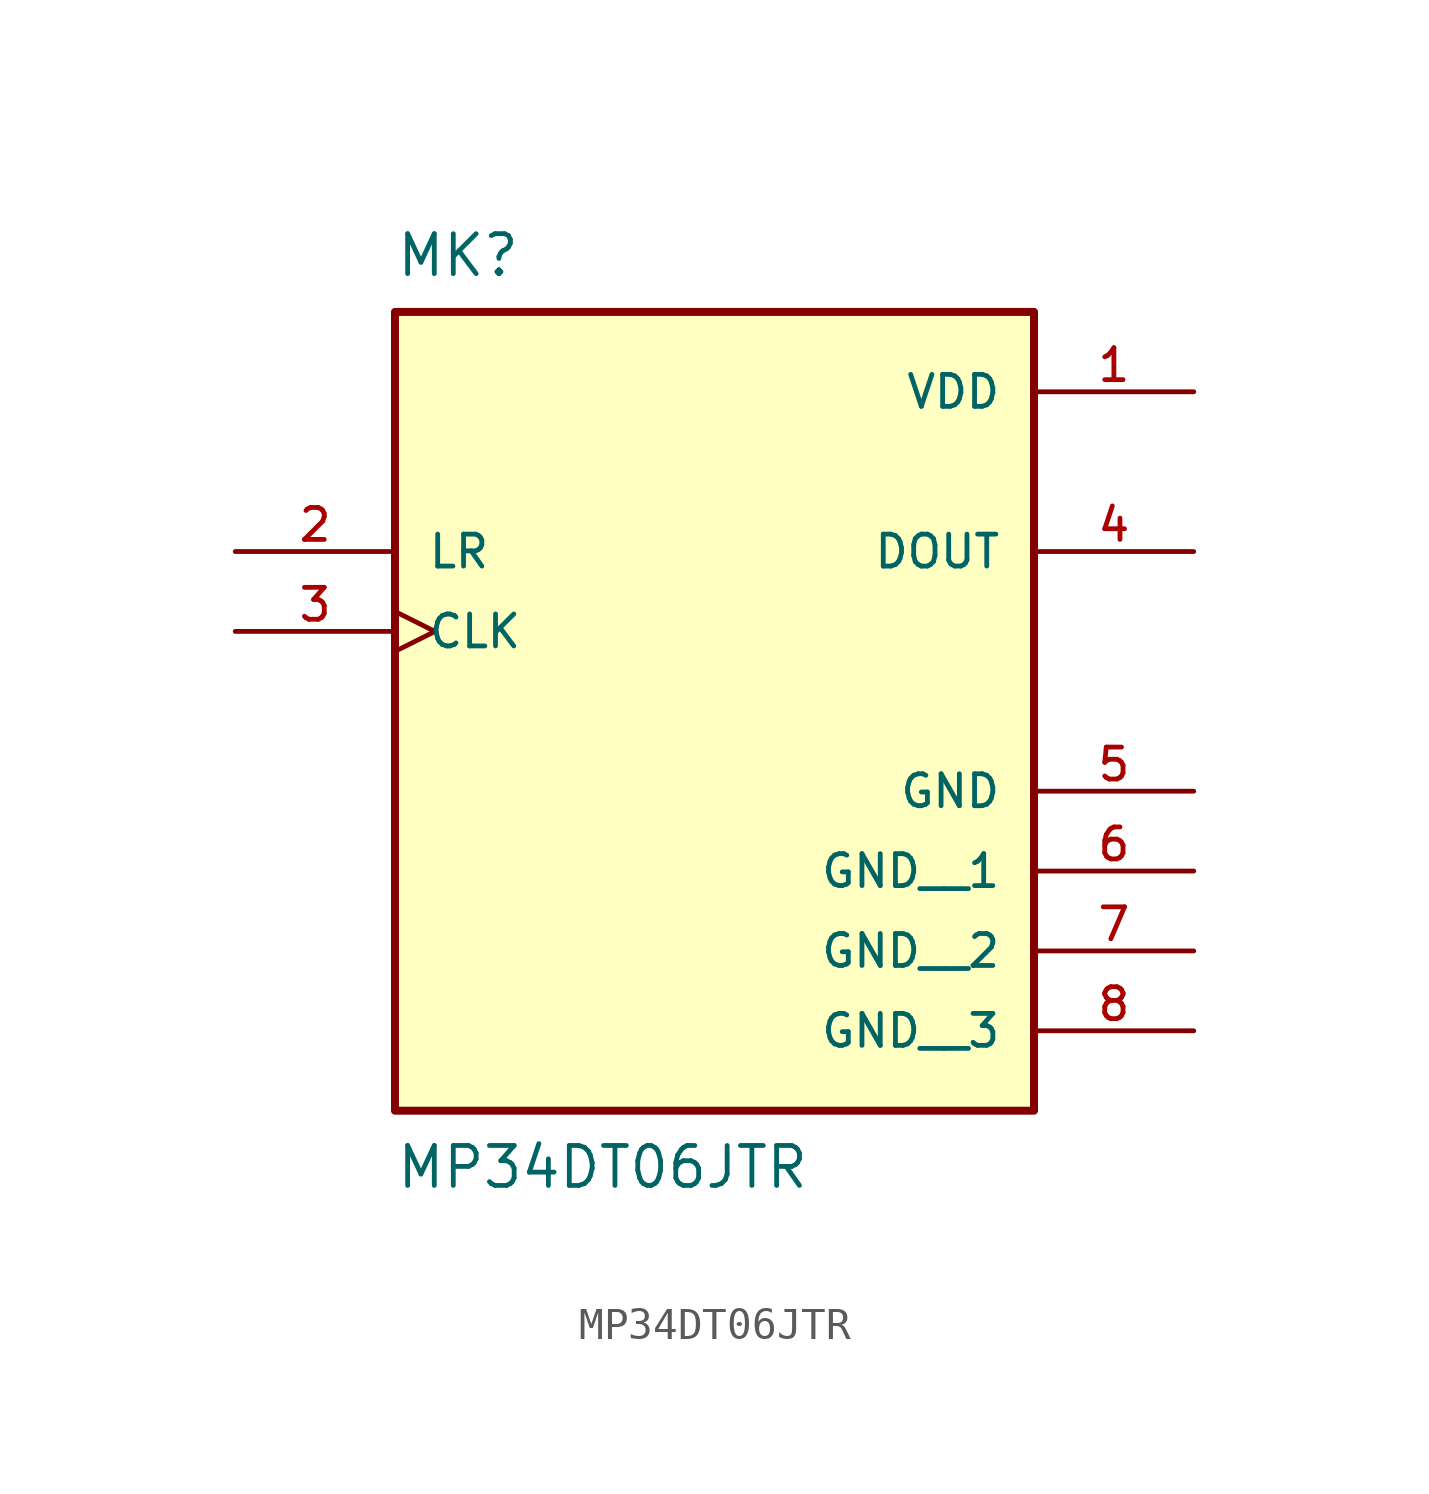
<source format=kicad_sym>
(kicad_symbol_lib
  (version 20211014)
  (generator kicad_symbol_editor)
  (symbol "MP34DT06JTR"
    (pin_names
      (offset 1.016))
    (property "Reference" "MK"
      (at -10.16 10.16 0)
      (effects (font (size 1.27 1.27)) (justify top left)))
    (property "Value" "MP34DT06JTR"
      (at -10.16 -20.32 0)
      (effects (font (size 1.27 1.27)) (justify bottom left)))
    (symbol "MP34DT06JTR_0_0"
      (rectangle (start -10.16 -17.78) (end 10.16 7.62) (stroke (width 0.254)) (fill (type background)))
      (pin power_in line (at 15.24 5.08 180.0) (length 5.08) (name "VDD" (effects (font (size 1.016 1.016)))) (number "1" (effects (font (size 1.016 1.016)))))
      (pin input line (at -15.24 0.0 0) (length 5.08) (name "LR" (effects (font (size 1.016 1.016)))) (number "2" (effects (font (size 1.016 1.016)))))
      (pin output line (at 15.24 0.0 180.0) (length 5.08) (name "DOUT" (effects (font (size 1.016 1.016)))) (number "4" (effects (font (size 1.016 1.016)))))
      (pin input clock (at -15.24 -2.54 0) (length 5.08) (name "CLK" (effects (font (size 1.016 1.016)))) (number "3" (effects (font (size 1.016 1.016)))))
      (pin power_in line (at 15.24 -7.62 180.0) (length 5.08) (name "GND" (effects (font (size 1.016 1.016)))) (number "5" (effects (font (size 1.016 1.016)))))
      (pin power_in line (at 15.24 -10.16 180.0) (length 5.08) (name "GND__1" (effects (font (size 1.016 1.016)))) (number "6" (effects (font (size 1.016 1.016)))))
      (pin power_in line (at 15.24 -12.7 180.0) (length 5.08) (name "GND__2" (effects (font (size 1.016 1.016)))) (number "7" (effects (font (size 1.016 1.016)))))
      (pin power_in line (at 15.24 -15.24 180.0) (length 5.08) (name "GND__3" (effects (font (size 1.016 1.016)))) (number "8" (effects (font (size 1.016 1.016))))))))
</source>
